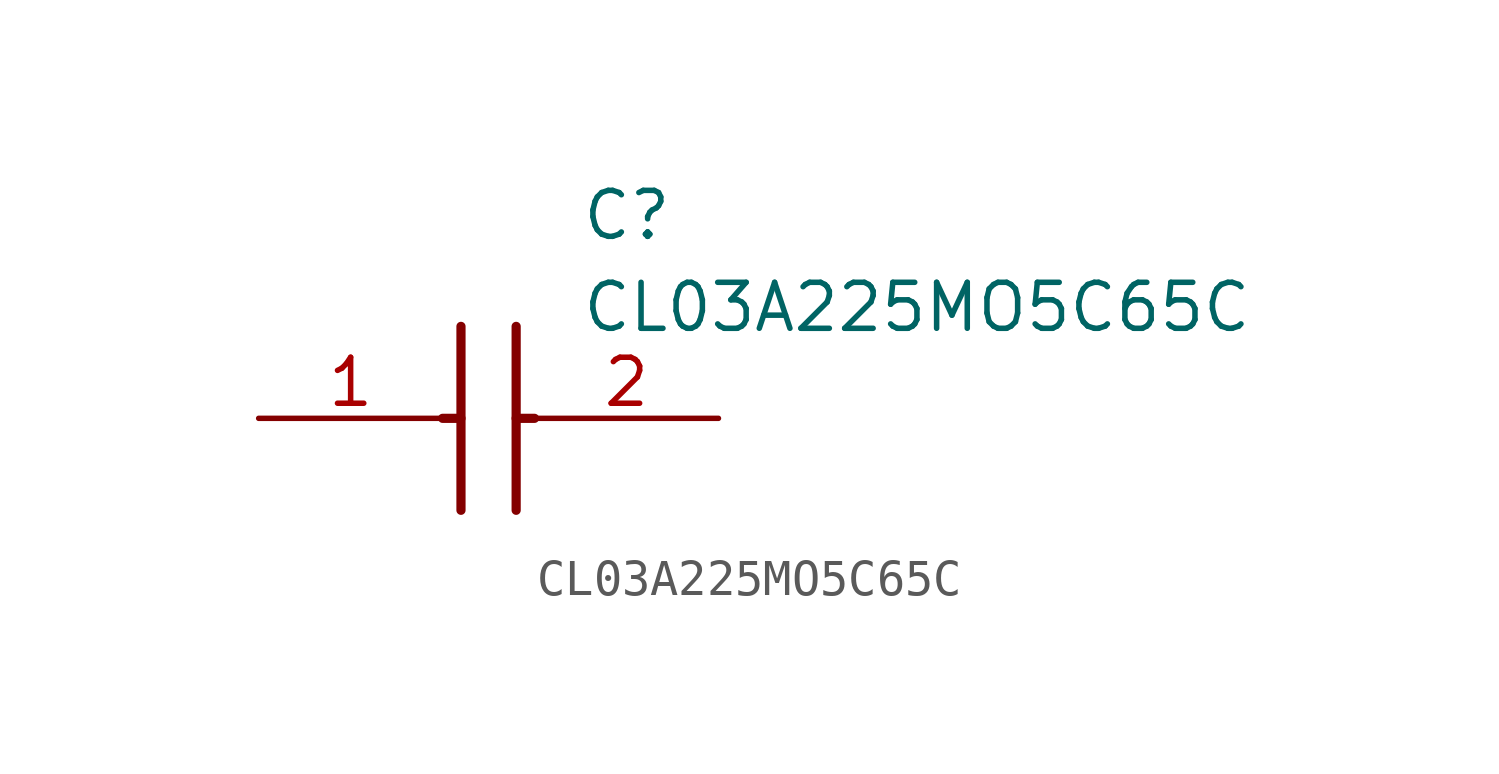
<source format=kicad_sym>
(kicad_symbol_lib
  (version 20211014)
  (generator SamacSys_ECAD_Model)
  (symbol "CL03A225MO5C65C"
    (pin_names hide)
    (property "Reference" "C"
      (at 8.89 6.35 0)
      (effects (font (size 1.27 1.27)) (justify left top)))
    (property "Value" "CL03A225MO5C65C"
      (at 8.89 3.81 0)
      (effects (font (size 1.27 1.27)) (justify left top)))
    (polyline
      (pts (xy 5.588 2.54) (xy 5.588 -2.54))
      (stroke (width 0.254) (type default))
      (fill (type none)))
    (polyline
      (pts (xy 7.112 2.54) (xy 7.112 -2.54))
      (stroke (width 0.254) (type default))
      (fill (type none)))
    (polyline
      (pts (xy 5.08 0) (xy 5.588 0))
      (stroke (width 0.254) (type default))
      (fill (type none)))
    (polyline
      (pts (xy 7.112 0) (xy 7.62 0))
      (stroke (width 0.254) (type default))
      (fill (type none)))
    (pin passive line
      (at 0 0 0)
      (length 5.08)
      (name "1" (effects (font (size 1.27 1.27))))
      (number "1" (effects (font (size 1.27 1.27)))))
    (pin passive line
      (at 12.7 0 180)
      (length 5.08)
      (name "2" (effects (font (size 1.27 1.27))))
      (number "2" (effects (font (size 1.27 1.27)))))))
</source>
